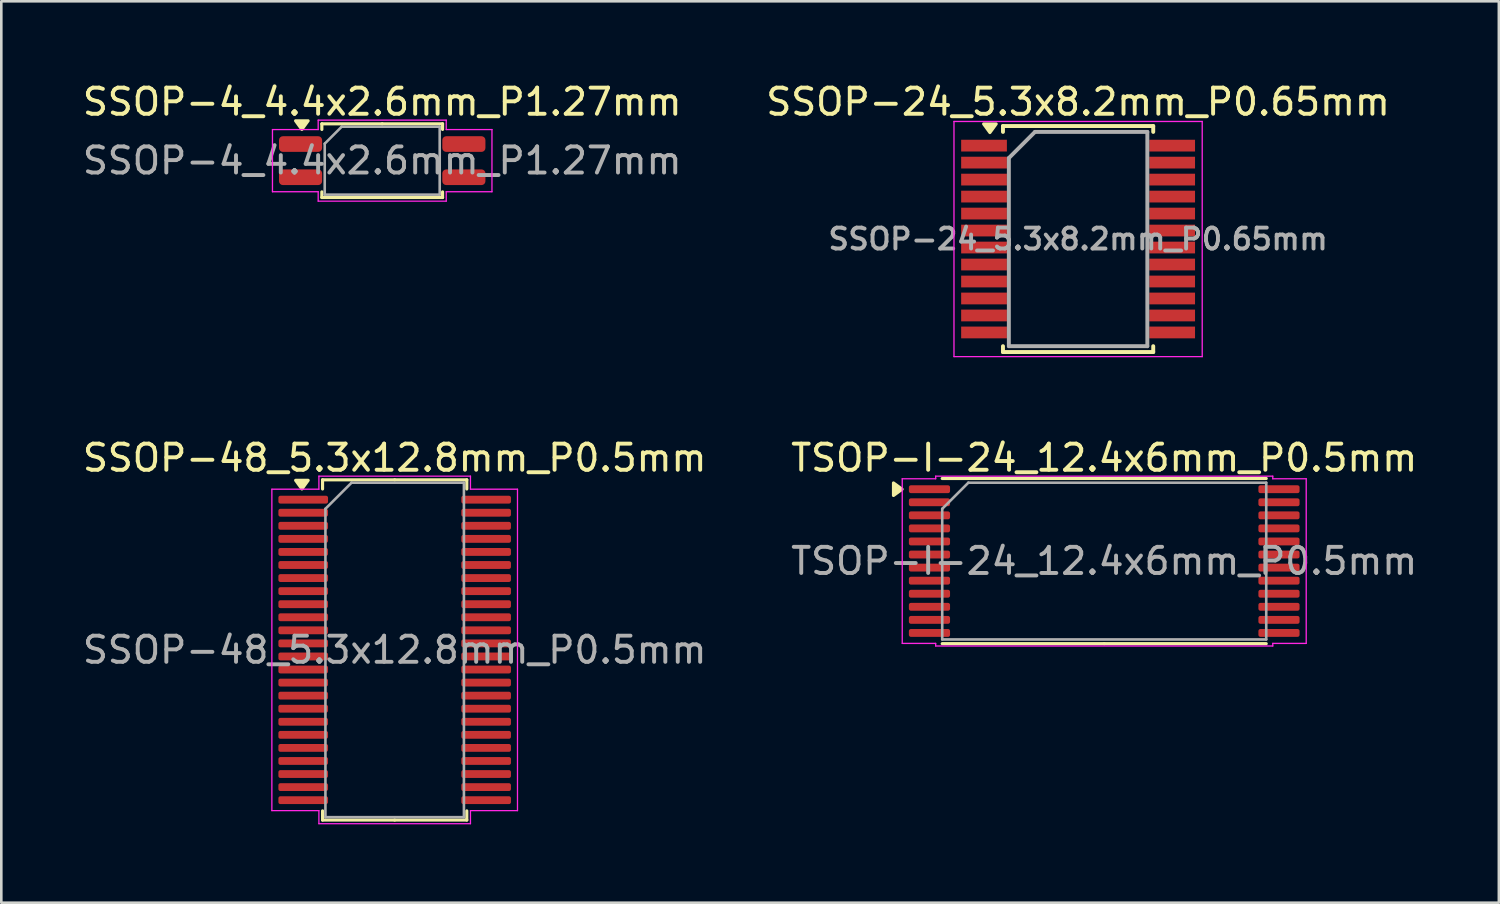
<source format=kicad_pcb>
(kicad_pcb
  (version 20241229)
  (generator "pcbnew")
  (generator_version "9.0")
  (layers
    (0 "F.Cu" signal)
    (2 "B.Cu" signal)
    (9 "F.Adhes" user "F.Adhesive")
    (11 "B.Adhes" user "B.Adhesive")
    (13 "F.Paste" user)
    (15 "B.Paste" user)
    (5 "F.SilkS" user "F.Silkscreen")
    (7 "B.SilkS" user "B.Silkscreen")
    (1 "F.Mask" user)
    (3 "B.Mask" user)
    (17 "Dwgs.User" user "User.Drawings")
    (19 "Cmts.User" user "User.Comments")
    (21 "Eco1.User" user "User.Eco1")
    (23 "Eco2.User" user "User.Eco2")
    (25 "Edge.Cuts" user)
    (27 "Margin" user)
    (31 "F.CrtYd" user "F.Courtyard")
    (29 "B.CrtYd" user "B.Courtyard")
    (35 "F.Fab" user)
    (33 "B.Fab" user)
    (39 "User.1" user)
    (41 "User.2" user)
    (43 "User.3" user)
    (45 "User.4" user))
  (footprint "TSOP-I-24_12.4x6mm_P0.5mm"
    (layer "F.Cu")
    (at 39.208 18.422)
    (property "Reference" "TSOP-I-24_12.4x6mm_P0.5mm" (at 0 -3.95 0) (layer "F.SilkS") (effects (font (size 1 1) (thickness 0.15))))
    (attr smd)
    (fp_line (start 0 -3.16) (end -6.2 -3.16) (stroke (width 0.12) (type solid)) (layer "F.SilkS"))
    (fp_line (start 0 -3.16) (end 6.2 -3.16) (stroke (width 0.12) (type solid)) (layer "F.SilkS"))
    (fp_line (start 0 3.16) (end -6.2 3.16) (stroke (width 0.12) (type solid)) (layer "F.SilkS"))
    (fp_line (start 0 3.16) (end 6.2 3.16) (stroke (width 0.12) (type solid)) (layer "F.SilkS"))
    (fp_poly (pts (xy -7.735 -2.75) (xy -8.065 -2.51) (xy -8.065 -2.99)) (stroke (width 0.12) (type solid)) (fill yes) (layer "F.SilkS"))
    (fp_line (start -7.73 -3.15) (end -6.45 -3.15) (stroke (width 0.05) (type solid)) (layer "F.CrtYd"))
    (fp_line (start -7.73 3.15) (end -7.73 -3.15) (stroke (width 0.05) (type solid)) (layer "F.CrtYd"))
    (fp_line (start -6.45 -3.25) (end 6.45 -3.25) (stroke (width 0.05) (type solid)) (layer "F.CrtYd"))
    (fp_line (start -6.45 -3.15) (end -6.45 -3.25) (stroke (width 0.05) (type solid)) (layer "F.CrtYd"))
    (fp_line (start -6.45 3.15) (end -7.73 3.15) (stroke (width 0.05) (type solid)) (layer "F.CrtYd"))
    (fp_line (start -6.45 3.25) (end -6.45 3.15) (stroke (width 0.05) (type solid)) (layer "F.CrtYd"))
    (fp_line (start 6.45 -3.25) (end 6.45 -3.15) (stroke (width 0.05) (type solid)) (layer "F.CrtYd"))
    (fp_line (start 6.45 -3.15) (end 7.73 -3.15) (stroke (width 0.05) (type solid)) (layer "F.CrtYd"))
    (fp_line (start 6.45 3.15) (end 6.45 3.25) (stroke (width 0.05) (type solid)) (layer "F.CrtYd"))
    (fp_line (start 6.45 3.25) (end -6.45 3.25) (stroke (width 0.05) (type solid)) (layer "F.CrtYd"))
    (fp_line (start 7.73 -3.15) (end 7.73 3.15) (stroke (width 0.05) (type solid)) (layer "F.CrtYd"))
    (fp_line (start 7.73 3.15) (end 6.45 3.15) (stroke (width 0.05) (type solid)) (layer "F.CrtYd"))
    (fp_line (start -6.2 -2) (end -5.2 -3) (stroke (width 0.1) (type solid)) (layer "F.Fab"))
    (fp_line (start -6.2 3) (end -6.2 -2) (stroke (width 0.1) (type solid)) (layer "F.Fab"))
    (fp_line (start -5.2 -3) (end 6.2 -3) (stroke (width 0.1) (type solid)) (layer "F.Fab"))
    (fp_line (start 6.2 -3) (end 6.2 3) (stroke (width 0.1) (type solid)) (layer "F.Fab"))
    (fp_line (start 6.2 3) (end -6.2 3) (stroke (width 0.1) (type solid)) (layer "F.Fab"))
    (fp_text user "${REFERENCE}" (at 0 0 0) (layer "F.Fab") (effects (font (size 1 1) (thickness 0.15))))
    (pad "1" smd roundrect (at -6.688 -2.75) (size 1.575 0.3) (layers "F.Cu" "F.Mask" "F.Paste") (roundrect_rratio 0.25))
    (pad "2" smd roundrect (at -6.688 -2.25) (size 1.575 0.3) (layers "F.Cu" "F.Mask" "F.Paste") (roundrect_rratio 0.25))
    (pad "3" smd roundrect (at -6.688 -1.75) (size 1.575 0.3) (layers "F.Cu" "F.Mask" "F.Paste") (roundrect_rratio 0.25))
    (pad "4" smd roundrect (at -6.688 -1.25) (size 1.575 0.3) (layers "F.Cu" "F.Mask" "F.Paste") (roundrect_rratio 0.25))
    (pad "5" smd roundrect (at -6.688 -0.75) (size 1.575 0.3) (layers "F.Cu" "F.Mask" "F.Paste") (roundrect_rratio 0.25))
    (pad "6" smd roundrect (at -6.688 -0.25) (size 1.575 0.3) (layers "F.Cu" "F.Mask" "F.Paste") (roundrect_rratio 0.25))
    (pad "7" smd roundrect (at -6.688 0.25) (size 1.575 0.3) (layers "F.Cu" "F.Mask" "F.Paste") (roundrect_rratio 0.25))
    (pad "8" smd roundrect (at -6.688 0.75) (size 1.575 0.3) (layers "F.Cu" "F.Mask" "F.Paste") (roundrect_rratio 0.25))
    (pad "9" smd roundrect (at -6.688 1.25) (size 1.575 0.3) (layers "F.Cu" "F.Mask" "F.Paste") (roundrect_rratio 0.25))
    (pad "10" smd roundrect (at -6.688 1.75) (size 1.575 0.3) (layers "F.Cu" "F.Mask" "F.Paste") (roundrect_rratio 0.25))
    (pad "11" smd roundrect (at -6.688 2.25) (size 1.575 0.3) (layers "F.Cu" "F.Mask" "F.Paste") (roundrect_rratio 0.25))
    (pad "12" smd roundrect (at -6.688 2.75) (size 1.575 0.3) (layers "F.Cu" "F.Mask" "F.Paste") (roundrect_rratio 0.25))
    (pad "13" smd roundrect (at 6.688 2.75) (size 1.575 0.3) (layers "F.Cu" "F.Mask" "F.Paste") (roundrect_rratio 0.25))
    (pad "14" smd roundrect (at 6.688 2.25) (size 1.575 0.3) (layers "F.Cu" "F.Mask" "F.Paste") (roundrect_rratio 0.25))
    (pad "15" smd roundrect (at 6.688 1.75) (size 1.575 0.3) (layers "F.Cu" "F.Mask" "F.Paste") (roundrect_rratio 0.25))
    (pad "16" smd roundrect (at 6.688 1.25) (size 1.575 0.3) (layers "F.Cu" "F.Mask" "F.Paste") (roundrect_rratio 0.25))
    (pad "17" smd roundrect (at 6.688 0.75) (size 1.575 0.3) (layers "F.Cu" "F.Mask" "F.Paste") (roundrect_rratio 0.25))
    (pad "18" smd roundrect (at 6.688 0.25) (size 1.575 0.3) (layers "F.Cu" "F.Mask" "F.Paste") (roundrect_rratio 0.25))
    (pad "19" smd roundrect (at 6.688 -0.25) (size 1.575 0.3) (layers "F.Cu" "F.Mask" "F.Paste") (roundrect_rratio 0.25))
    (pad "20" smd roundrect (at 6.688 -0.75) (size 1.575 0.3) (layers "F.Cu" "F.Mask" "F.Paste") (roundrect_rratio 0.25))
    (pad "21" smd roundrect (at 6.688 -1.25) (size 1.575 0.3) (layers "F.Cu" "F.Mask" "F.Paste") (roundrect_rratio 0.25))
    (pad "22" smd roundrect (at 6.688 -1.75) (size 1.575 0.3) (layers "F.Cu" "F.Mask" "F.Paste") (roundrect_rratio 0.25))
    (pad "23" smd roundrect (at 6.688 -2.25) (size 1.575 0.3) (layers "F.Cu" "F.Mask" "F.Paste") (roundrect_rratio 0.25))
    (pad "24" smd roundrect (at 6.688 -2.75) (size 1.575 0.3) (layers "F.Cu" "F.Mask" "F.Paste") (roundrect_rratio 0.25)))
  (footprint "SSOP-4_4.4x2.6mm_P1.27mm"
    (layer "F.Cu")
    (at 11.577 3.098)
    (property "Reference" "SSOP-4_4.4x2.6mm_P1.27mm" (at 0 -2.25 0) (layer "F.SilkS") (effects (font (size 1 1) (thickness 0.15))))
    (attr smd)
    (fp_line (start -2.31 -1.41) (end -2.31 -1.195) (stroke (width 0.12) (type solid)) (layer "F.SilkS"))
    (fp_line (start -2.31 1.41) (end -2.31 1.195) (stroke (width 0.12) (type solid)) (layer "F.SilkS"))
    (fp_line (start 0 -1.41) (end -2.31 -1.41) (stroke (width 0.12) (type solid)) (layer "F.SilkS"))
    (fp_line (start 0 -1.41) (end 2.31 -1.41) (stroke (width 0.12) (type solid)) (layer "F.SilkS"))
    (fp_line (start 0 1.41) (end -2.31 1.41) (stroke (width 0.12) (type solid)) (layer "F.SilkS"))
    (fp_line (start 0 1.41) (end 2.31 1.41) (stroke (width 0.12) (type solid)) (layer "F.SilkS"))
    (fp_line (start 2.31 -1.41) (end 2.31 -1.195) (stroke (width 0.12) (type solid)) (layer "F.SilkS"))
    (fp_line (start 2.31 1.41) (end 2.31 1.195) (stroke (width 0.12) (type solid)) (layer "F.SilkS"))
    (fp_poly (pts (xy -3.075 -1.195) (xy -3.315 -1.525) (xy -2.835 -1.525)) (stroke (width 0.12) (type solid)) (fill yes) (layer "F.SilkS"))
    (fp_line (start -4.2 -1.19) (end -2.45 -1.19) (stroke (width 0.05) (type solid)) (layer "F.CrtYd"))
    (fp_line (start -4.2 1.19) (end -4.2 -1.19) (stroke (width 0.05) (type solid)) (layer "F.CrtYd"))
    (fp_line (start -2.45 -1.55) (end 2.45 -1.55) (stroke (width 0.05) (type solid)) (layer "F.CrtYd"))
    (fp_line (start -2.45 -1.19) (end -2.45 -1.55) (stroke (width 0.05) (type solid)) (layer "F.CrtYd"))
    (fp_line (start -2.45 1.19) (end -4.2 1.19) (stroke (width 0.05) (type solid)) (layer "F.CrtYd"))
    (fp_line (start -2.45 1.55) (end -2.45 1.19) (stroke (width 0.05) (type solid)) (layer "F.CrtYd"))
    (fp_line (start 2.45 -1.55) (end 2.45 -1.19) (stroke (width 0.05) (type solid)) (layer "F.CrtYd"))
    (fp_line (start 2.45 -1.19) (end 4.2 -1.19) (stroke (width 0.05) (type solid)) (layer "F.CrtYd"))
    (fp_line (start 2.45 1.19) (end 2.45 1.55) (stroke (width 0.05) (type solid)) (layer "F.CrtYd"))
    (fp_line (start 2.45 1.55) (end -2.45 1.55) (stroke (width 0.05) (type solid)) (layer "F.CrtYd"))
    (fp_line (start 4.2 -1.19) (end 4.2 1.19) (stroke (width 0.05) (type solid)) (layer "F.CrtYd"))
    (fp_line (start 4.2 1.19) (end 2.45 1.19) (stroke (width 0.05) (type solid)) (layer "F.CrtYd"))
    (fp_line (start -2.2 -0.65) (end -1.55 -1.3) (stroke (width 0.1) (type solid)) (layer "F.Fab"))
    (fp_line (start -2.2 1.3) (end -2.2 -0.65) (stroke (width 0.1) (type solid)) (layer "F.Fab"))
    (fp_line (start -1.55 -1.3) (end 2.2 -1.3) (stroke (width 0.1) (type solid)) (layer "F.Fab"))
    (fp_line (start 2.2 -1.3) (end 2.2 1.3) (stroke (width 0.1) (type solid)) (layer "F.Fab"))
    (fp_line (start 2.2 1.3) (end -2.2 1.3) (stroke (width 0.1) (type solid)) (layer "F.Fab"))
    (fp_text user "${REFERENCE}" (at 0 0 0) (layer "F.Fab") (effects (font (size 1 1) (thickness 0.15))))
    (pad "1" smd roundrect (at -3.125 -0.635) (size 1.65 0.6) (layers "F.Cu" "F.Mask" "F.Paste") (roundrect_rratio 0.25))
    (pad "2" smd roundrect (at -3.125 0.635) (size 1.65 0.6) (layers "F.Cu" "F.Mask" "F.Paste") (roundrect_rratio 0.25))
    (pad "3" smd roundrect (at 3.125 0.635) (size 1.65 0.6) (layers "F.Cu" "F.Mask" "F.Paste") (roundrect_rratio 0.25))
    (pad "4" smd roundrect (at 3.125 -0.635) (size 1.65 0.6) (layers "F.Cu" "F.Mask" "F.Paste") (roundrect_rratio 0.25)))
  (footprint "SSOP-24_5.3x8.2mm_P0.65mm"
    (layer "F.Cu")
    (at 38.208 6.098)
    (property "Reference" "SSOP-24_5.3x8.2mm_P0.65mm" (at 0 -5.25 0) (layer "F.SilkS") (effects (font (size 1 1) (thickness 0.15))))
    (attr smd)
    (fp_line (start -2.875 -4.325) (end -2.875 -4.1) (stroke (width 0.15) (type solid)) (layer "F.SilkS"))
    (fp_line (start -2.875 -4.325) (end 2.875 -4.325) (stroke (width 0.15) (type solid)) (layer "F.SilkS"))
    (fp_line (start -2.875 4.325) (end -2.875 4.1) (stroke (width 0.15) (type solid)) (layer "F.SilkS"))
    (fp_line (start -2.875 4.325) (end 2.875 4.325) (stroke (width 0.15) (type solid)) (layer "F.SilkS"))
    (fp_line (start 2.875 -4.325) (end 2.875 -4.1) (stroke (width 0.15) (type solid)) (layer "F.SilkS"))
    (fp_line (start 2.875 4.325) (end 2.875 4.1) (stroke (width 0.15) (type solid)) (layer "F.SilkS"))
    (fp_poly (pts (xy -3.375 -4.075) (xy -3.615 -4.405) (xy -3.135 -4.405) (xy -3.375 -4.075)) (stroke (width 0.12) (type solid)) (fill yes) (layer "F.SilkS"))
    (fp_line (start -4.75 -4.5) (end -4.75 4.5) (stroke (width 0.05) (type solid)) (layer "F.CrtYd"))
    (fp_line (start -4.75 -4.5) (end 4.75 -4.5) (stroke (width 0.05) (type solid)) (layer "F.CrtYd"))
    (fp_line (start -4.75 4.5) (end 4.75 4.5) (stroke (width 0.05) (type solid)) (layer "F.CrtYd"))
    (fp_line (start 4.75 -4.5) (end 4.75 4.5) (stroke (width 0.05) (type solid)) (layer "F.CrtYd"))
    (fp_line (start -2.65 -3.1) (end -1.65 -4.1) (stroke (width 0.15) (type solid)) (layer "F.Fab"))
    (fp_line (start -2.65 4.1) (end -2.65 -3.1) (stroke (width 0.15) (type solid)) (layer "F.Fab"))
    (fp_line (start -1.65 -4.1) (end 2.65 -4.1) (stroke (width 0.15) (type solid)) (layer "F.Fab"))
    (fp_line (start 2.65 -4.1) (end 2.65 4.1) (stroke (width 0.15) (type solid)) (layer "F.Fab"))
    (fp_line (start 2.65 4.1) (end -2.65 4.1) (stroke (width 0.15) (type solid)) (layer "F.Fab"))
    (fp_text user "${REFERENCE}" (at 0 0 0) (layer "F.Fab") (effects (font (size 0.8 0.8) (thickness 0.15))))
    (pad "1" smd rect (at -3.6 -3.575) (size 1.75 0.45) (layers "F.Cu" "F.Mask" "F.Paste"))
    (pad "2" smd rect (at -3.6 -2.925) (size 1.75 0.45) (layers "F.Cu" "F.Mask" "F.Paste"))
    (pad "3" smd rect (at -3.6 -2.275) (size 1.75 0.45) (layers "F.Cu" "F.Mask" "F.Paste"))
    (pad "4" smd rect (at -3.6 -1.625) (size 1.75 0.45) (layers "F.Cu" "F.Mask" "F.Paste"))
    (pad "5" smd rect (at -3.6 -0.975) (size 1.75 0.45) (layers "F.Cu" "F.Mask" "F.Paste"))
    (pad "6" smd rect (at -3.6 -0.325) (size 1.75 0.45) (layers "F.Cu" "F.Mask" "F.Paste"))
    (pad "7" smd rect (at -3.6 0.325) (size 1.75 0.45) (layers "F.Cu" "F.Mask" "F.Paste"))
    (pad "8" smd rect (at -3.6 0.975) (size 1.75 0.45) (layers "F.Cu" "F.Mask" "F.Paste"))
    (pad "9" smd rect (at -3.6 1.625) (size 1.75 0.45) (layers "F.Cu" "F.Mask" "F.Paste"))
    (pad "10" smd rect (at -3.6 2.275) (size 1.75 0.45) (layers "F.Cu" "F.Mask" "F.Paste"))
    (pad "11" smd rect (at -3.6 2.925) (size 1.75 0.45) (layers "F.Cu" "F.Mask" "F.Paste"))
    (pad "12" smd rect (at -3.6 3.575) (size 1.75 0.45) (layers "F.Cu" "F.Mask" "F.Paste"))
    (pad "13" smd rect (at 3.6 3.575) (size 1.75 0.45) (layers "F.Cu" "F.Mask" "F.Paste"))
    (pad "14" smd rect (at 3.6 2.925) (size 1.75 0.45) (layers "F.Cu" "F.Mask" "F.Paste"))
    (pad "15" smd rect (at 3.6 2.275) (size 1.75 0.45) (layers "F.Cu" "F.Mask" "F.Paste"))
    (pad "16" smd rect (at 3.6 1.625) (size 1.75 0.45) (layers "F.Cu" "F.Mask" "F.Paste"))
    (pad "17" smd rect (at 3.6 0.975) (size 1.75 0.45) (layers "F.Cu" "F.Mask" "F.Paste"))
    (pad "18" smd rect (at 3.6 0.325) (size 1.75 0.45) (layers "F.Cu" "F.Mask" "F.Paste"))
    (pad "19" smd rect (at 3.6 -0.325) (size 1.75 0.45) (layers "F.Cu" "F.Mask" "F.Paste"))
    (pad "20" smd rect (at 3.6 -0.975) (size 1.75 0.45) (layers "F.Cu" "F.Mask" "F.Paste"))
    (pad "21" smd rect (at 3.6 -1.625) (size 1.75 0.45) (layers "F.Cu" "F.Mask" "F.Paste"))
    (pad "22" smd rect (at 3.6 -2.275) (size 1.75 0.45) (layers "F.Cu" "F.Mask" "F.Paste"))
    (pad "23" smd rect (at 3.6 -2.925) (size 1.75 0.45) (layers "F.Cu" "F.Mask" "F.Paste"))
    (pad "24" smd rect (at 3.6 -3.575) (size 1.75 0.45) (layers "F.Cu" "F.Mask" "F.Paste")))
  (footprint "SSOP-48_5.3x12.8mm_P0.5mm"
    (layer "F.Cu")
    (at 12.054 21.822)
    (property "Reference" "SSOP-48_5.3x12.8mm_P0.5mm" (at 0 -7.35 0) (layer "F.SilkS") (effects (font (size 1 1) (thickness 0.15))))
    (attr smd)
    (fp_line (start -2.76 -6.51) (end -2.76 -6.16) (stroke (width 0.12) (type solid)) (layer "F.SilkS"))
    (fp_line (start -2.76 6.51) (end -2.76 6.16) (stroke (width 0.12) (type solid)) (layer "F.SilkS"))
    (fp_line (start 0 -6.51) (end -2.76 -6.51) (stroke (width 0.12) (type solid)) (layer "F.SilkS"))
    (fp_line (start 0 -6.51) (end 2.76 -6.51) (stroke (width 0.12) (type solid)) (layer "F.SilkS"))
    (fp_line (start 0 6.51) (end -2.76 6.51) (stroke (width 0.12) (type solid)) (layer "F.SilkS"))
    (fp_line (start 0 6.51) (end 2.76 6.51) (stroke (width 0.12) (type solid)) (layer "F.SilkS"))
    (fp_line (start 2.76 -6.51) (end 2.76 -6.16) (stroke (width 0.12) (type solid)) (layer "F.SilkS"))
    (fp_line (start 2.76 6.51) (end 2.76 6.16) (stroke (width 0.12) (type solid)) (layer "F.SilkS"))
    (fp_poly (pts (xy -3.55 -6.16) (xy -3.79 -6.49) (xy -3.31 -6.49)) (stroke (width 0.12) (type solid)) (fill yes) (layer "F.SilkS"))
    (fp_line (start -4.7 -6.15) (end -2.9 -6.15) (stroke (width 0.05) (type solid)) (layer "F.CrtYd"))
    (fp_line (start -4.7 6.15) (end -4.7 -6.15) (stroke (width 0.05) (type solid)) (layer "F.CrtYd"))
    (fp_line (start -2.9 -6.65) (end 2.9 -6.65) (stroke (width 0.05) (type solid)) (layer "F.CrtYd"))
    (fp_line (start -2.9 -6.15) (end -2.9 -6.65) (stroke (width 0.05) (type solid)) (layer "F.CrtYd"))
    (fp_line (start -2.9 6.15) (end -4.7 6.15) (stroke (width 0.05) (type solid)) (layer "F.CrtYd"))
    (fp_line (start -2.9 6.65) (end -2.9 6.15) (stroke (width 0.05) (type solid)) (layer "F.CrtYd"))
    (fp_line (start 2.9 -6.65) (end 2.9 -6.15) (stroke (width 0.05) (type solid)) (layer "F.CrtYd"))
    (fp_line (start 2.9 -6.15) (end 4.7 -6.15) (stroke (width 0.05) (type solid)) (layer "F.CrtYd"))
    (fp_line (start 2.9 6.15) (end 2.9 6.65) (stroke (width 0.05) (type solid)) (layer "F.CrtYd"))
    (fp_line (start 2.9 6.65) (end -2.9 6.65) (stroke (width 0.05) (type solid)) (layer "F.CrtYd"))
    (fp_line (start 4.7 -6.15) (end 4.7 6.15) (stroke (width 0.05) (type solid)) (layer "F.CrtYd"))
    (fp_line (start 4.7 6.15) (end 2.9 6.15) (stroke (width 0.05) (type solid)) (layer "F.CrtYd"))
    (fp_line (start -2.65 -5.4) (end -1.65 -6.4) (stroke (width 0.1) (type solid)) (layer "F.Fab"))
    (fp_line (start -2.65 6.4) (end -2.65 -5.4) (stroke (width 0.1) (type solid)) (layer "F.Fab"))
    (fp_line (start -1.65 -6.4) (end 2.65 -6.4) (stroke (width 0.1) (type solid)) (layer "F.Fab"))
    (fp_line (start 2.65 -6.4) (end 2.65 6.4) (stroke (width 0.1) (type solid)) (layer "F.Fab"))
    (fp_line (start 2.65 6.4) (end -2.65 6.4) (stroke (width 0.1) (type solid)) (layer "F.Fab"))
    (fp_text user "${REFERENCE}" (at 0 0 0) (layer "F.Fab") (effects (font (size 1 1) (thickness 0.15))))
    (pad "1" smd roundrect (at -3.5 -5.75) (size 1.9 0.3) (layers "F.Cu" "F.Mask" "F.Paste") (roundrect_rratio 0.25))
    (pad "2" smd roundrect (at -3.5 -5.25) (size 1.9 0.3) (layers "F.Cu" "F.Mask" "F.Paste") (roundrect_rratio 0.25))
    (pad "3" smd roundrect (at -3.5 -4.75) (size 1.9 0.3) (layers "F.Cu" "F.Mask" "F.Paste") (roundrect_rratio 0.25))
    (pad "4" smd roundrect (at -3.5 -4.25) (size 1.9 0.3) (layers "F.Cu" "F.Mask" "F.Paste") (roundrect_rratio 0.25))
    (pad "5" smd roundrect (at -3.5 -3.75) (size 1.9 0.3) (layers "F.Cu" "F.Mask" "F.Paste") (roundrect_rratio 0.25))
    (pad "6" smd roundrect (at -3.5 -3.25) (size 1.9 0.3) (layers "F.Cu" "F.Mask" "F.Paste") (roundrect_rratio 0.25))
    (pad "7" smd roundrect (at -3.5 -2.75) (size 1.9 0.3) (layers "F.Cu" "F.Mask" "F.Paste") (roundrect_rratio 0.25))
    (pad "8" smd roundrect (at -3.5 -2.25) (size 1.9 0.3) (layers "F.Cu" "F.Mask" "F.Paste") (roundrect_rratio 0.25))
    (pad "9" smd roundrect (at -3.5 -1.75) (size 1.9 0.3) (layers "F.Cu" "F.Mask" "F.Paste") (roundrect_rratio 0.25))
    (pad "10" smd roundrect (at -3.5 -1.25) (size 1.9 0.3) (layers "F.Cu" "F.Mask" "F.Paste") (roundrect_rratio 0.25))
    (pad "11" smd roundrect (at -3.5 -0.75) (size 1.9 0.3) (layers "F.Cu" "F.Mask" "F.Paste") (roundrect_rratio 0.25))
    (pad "12" smd roundrect (at -3.5 -0.25) (size 1.9 0.3) (layers "F.Cu" "F.Mask" "F.Paste") (roundrect_rratio 0.25))
    (pad "13" smd roundrect (at -3.5 0.25) (size 1.9 0.3) (layers "F.Cu" "F.Mask" "F.Paste") (roundrect_rratio 0.25))
    (pad "14" smd roundrect (at -3.5 0.75) (size 1.9 0.3) (layers "F.Cu" "F.Mask" "F.Paste") (roundrect_rratio 0.25))
    (pad "15" smd roundrect (at -3.5 1.25) (size 1.9 0.3) (layers "F.Cu" "F.Mask" "F.Paste") (roundrect_rratio 0.25))
    (pad "16" smd roundrect (at -3.5 1.75) (size 1.9 0.3) (layers "F.Cu" "F.Mask" "F.Paste") (roundrect_rratio 0.25))
    (pad "17" smd roundrect (at -3.5 2.25) (size 1.9 0.3) (layers "F.Cu" "F.Mask" "F.Paste") (roundrect_rratio 0.25))
    (pad "18" smd roundrect (at -3.5 2.75) (size 1.9 0.3) (layers "F.Cu" "F.Mask" "F.Paste") (roundrect_rratio 0.25))
    (pad "19" smd roundrect (at -3.5 3.25) (size 1.9 0.3) (layers "F.Cu" "F.Mask" "F.Paste") (roundrect_rratio 0.25))
    (pad "20" smd roundrect (at -3.5 3.75) (size 1.9 0.3) (layers "F.Cu" "F.Mask" "F.Paste") (roundrect_rratio 0.25))
    (pad "21" smd roundrect (at -3.5 4.25) (size 1.9 0.3) (layers "F.Cu" "F.Mask" "F.Paste") (roundrect_rratio 0.25))
    (pad "22" smd roundrect (at -3.5 4.75) (size 1.9 0.3) (layers "F.Cu" "F.Mask" "F.Paste") (roundrect_rratio 0.25))
    (pad "23" smd roundrect (at -3.5 5.25) (size 1.9 0.3) (layers "F.Cu" "F.Mask" "F.Paste") (roundrect_rratio 0.25))
    (pad "24" smd roundrect (at -3.5 5.75) (size 1.9 0.3) (layers "F.Cu" "F.Mask" "F.Paste") (roundrect_rratio 0.25))
    (pad "25" smd roundrect (at 3.5 5.75) (size 1.9 0.3) (layers "F.Cu" "F.Mask" "F.Paste") (roundrect_rratio 0.25))
    (pad "26" smd roundrect (at 3.5 5.25) (size 1.9 0.3) (layers "F.Cu" "F.Mask" "F.Paste") (roundrect_rratio 0.25))
    (pad "27" smd roundrect (at 3.5 4.75) (size 1.9 0.3) (layers "F.Cu" "F.Mask" "F.Paste") (roundrect_rratio 0.25))
    (pad "28" smd roundrect (at 3.5 4.25) (size 1.9 0.3) (layers "F.Cu" "F.Mask" "F.Paste") (roundrect_rratio 0.25))
    (pad "29" smd roundrect (at 3.5 3.75) (size 1.9 0.3) (layers "F.Cu" "F.Mask" "F.Paste") (roundrect_rratio 0.25))
    (pad "30" smd roundrect (at 3.5 3.25) (size 1.9 0.3) (layers "F.Cu" "F.Mask" "F.Paste") (roundrect_rratio 0.25))
    (pad "31" smd roundrect (at 3.5 2.75) (size 1.9 0.3) (layers "F.Cu" "F.Mask" "F.Paste") (roundrect_rratio 0.25))
    (pad "32" smd roundrect (at 3.5 2.25) (size 1.9 0.3) (layers "F.Cu" "F.Mask" "F.Paste") (roundrect_rratio 0.25))
    (pad "33" smd roundrect (at 3.5 1.75) (size 1.9 0.3) (layers "F.Cu" "F.Mask" "F.Paste") (roundrect_rratio 0.25))
    (pad "34" smd roundrect (at 3.5 1.25) (size 1.9 0.3) (layers "F.Cu" "F.Mask" "F.Paste") (roundrect_rratio 0.25))
    (pad "35" smd roundrect (at 3.5 0.75) (size 1.9 0.3) (layers "F.Cu" "F.Mask" "F.Paste") (roundrect_rratio 0.25))
    (pad "36" smd roundrect (at 3.5 0.25) (size 1.9 0.3) (layers "F.Cu" "F.Mask" "F.Paste") (roundrect_rratio 0.25))
    (pad "37" smd roundrect (at 3.5 -0.25) (size 1.9 0.3) (layers "F.Cu" "F.Mask" "F.Paste") (roundrect_rratio 0.25))
    (pad "38" smd roundrect (at 3.5 -0.75) (size 1.9 0.3) (layers "F.Cu" "F.Mask" "F.Paste") (roundrect_rratio 0.25))
    (pad "39" smd roundrect (at 3.5 -1.25) (size 1.9 0.3) (layers "F.Cu" "F.Mask" "F.Paste") (roundrect_rratio 0.25))
    (pad "40" smd roundrect (at 3.5 -1.75) (size 1.9 0.3) (layers "F.Cu" "F.Mask" "F.Paste") (roundrect_rratio 0.25))
    (pad "41" smd roundrect (at 3.5 -2.25) (size 1.9 0.3) (layers "F.Cu" "F.Mask" "F.Paste") (roundrect_rratio 0.25))
    (pad "42" smd roundrect (at 3.5 -2.75) (size 1.9 0.3) (layers "F.Cu" "F.Mask" "F.Paste") (roundrect_rratio 0.25))
    (pad "43" smd roundrect (at 3.5 -3.25) (size 1.9 0.3) (layers "F.Cu" "F.Mask" "F.Paste") (roundrect_rratio 0.25))
    (pad "44" smd roundrect (at 3.5 -3.75) (size 1.9 0.3) (layers "F.Cu" "F.Mask" "F.Paste") (roundrect_rratio 0.25))
    (pad "45" smd roundrect (at 3.5 -4.25) (size 1.9 0.3) (layers "F.Cu" "F.Mask" "F.Paste") (roundrect_rratio 0.25))
    (pad "46" smd roundrect (at 3.5 -4.75) (size 1.9 0.3) (layers "F.Cu" "F.Mask" "F.Paste") (roundrect_rratio 0.25))
    (pad "47" smd roundrect (at 3.5 -5.25) (size 1.9 0.3) (layers "F.Cu" "F.Mask" "F.Paste") (roundrect_rratio 0.25))
    (pad "48" smd roundrect (at 3.5 -5.75) (size 1.9 0.3) (layers "F.Cu" "F.Mask" "F.Paste") (roundrect_rratio 0.25)))
  (gr_rect
    (start -3 -3)
    (end 54.31 31.497)
    (stroke (width 0.1) (type default))
    (fill no)
    (layer "Edge.Cuts")))
</source>
